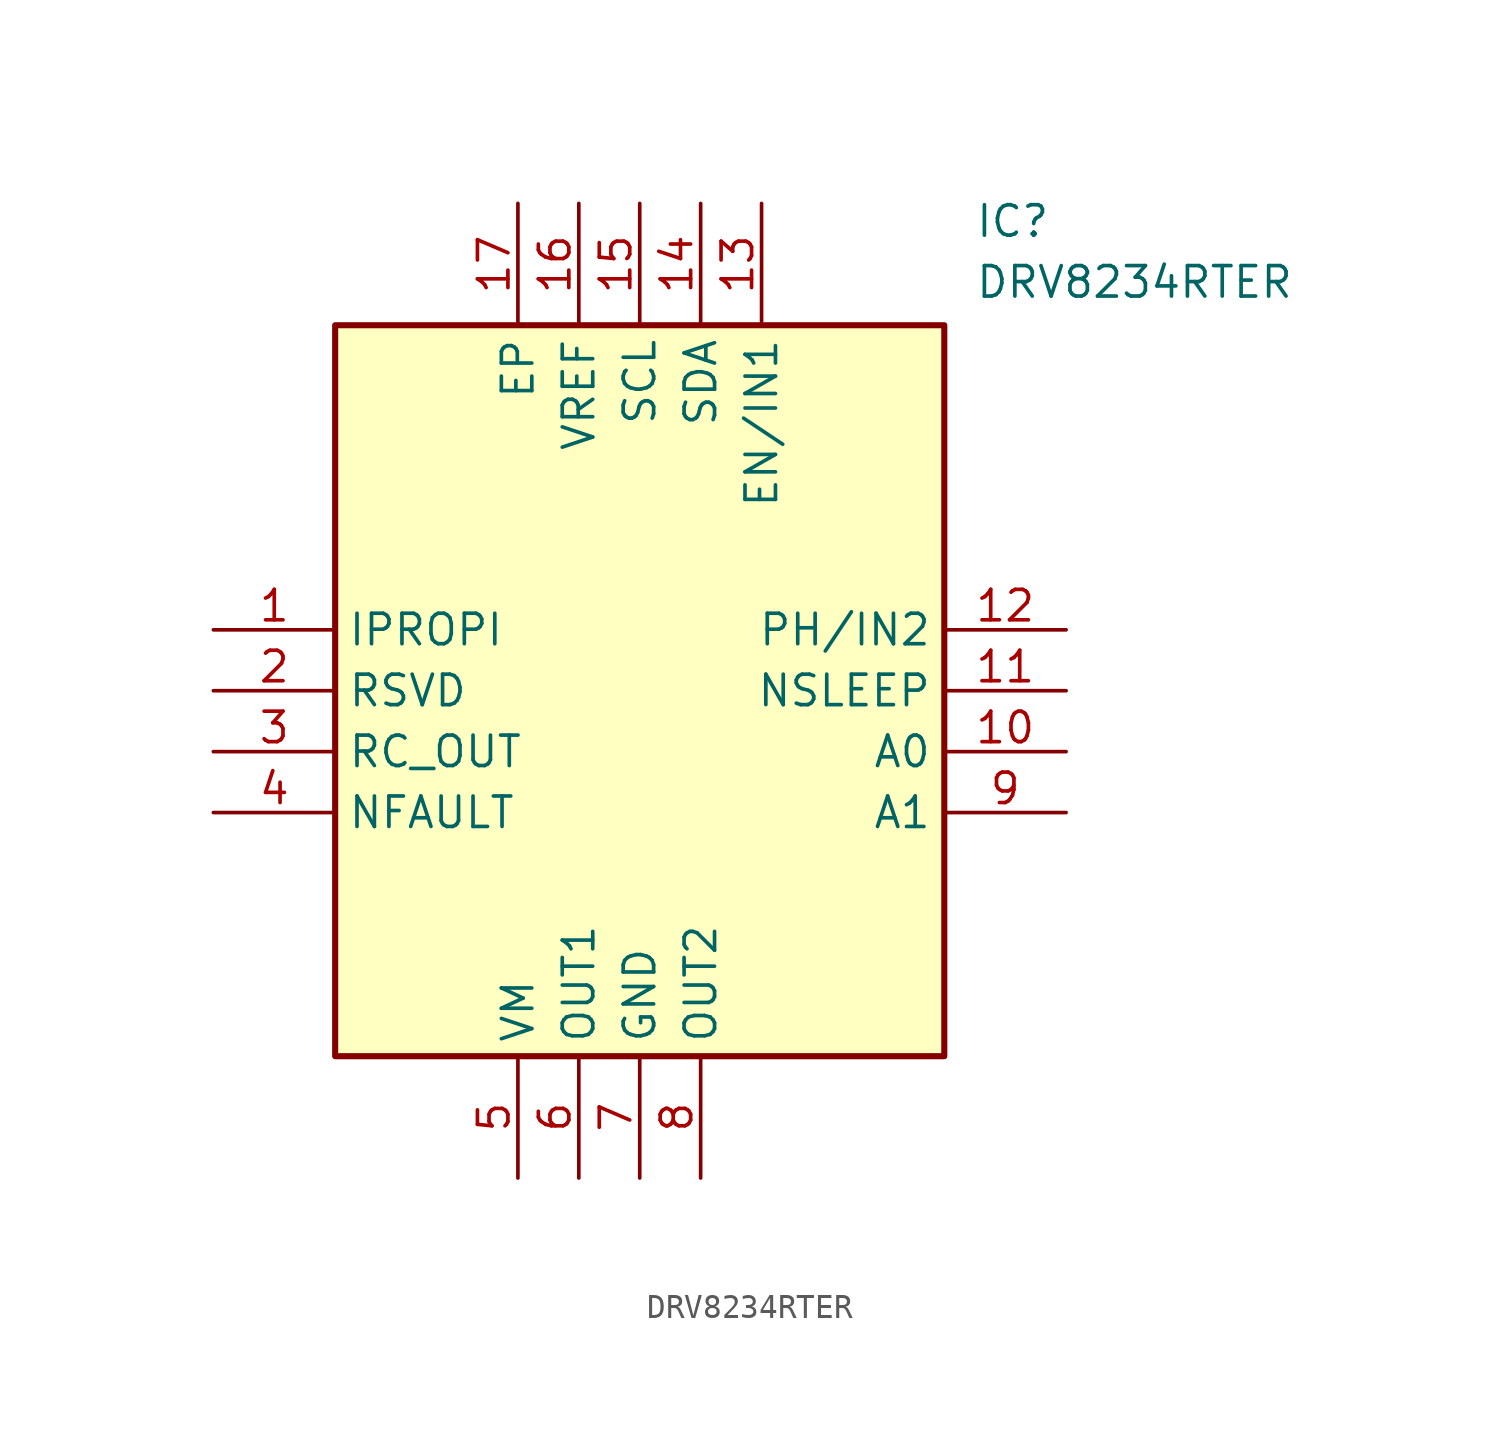
<source format=kicad_sym>
(kicad_symbol_lib
  (version 20211014)
  (generator SamacSys_ECAD_Model)
  (symbol "DRV8234RTER"
    (property "Reference" "IC"
      (at 31.75 17.78 0)
      (effects (font (size 1.27 1.27)) (justify left top)))
    (property "Value" "DRV8234RTER"
      (at 31.75 15.24 0)
      (effects (font (size 1.27 1.27)) (justify left top)))
    (rectangle
      (start 5.08 12.7)
      (end 30.48 -17.78)
      (stroke (width 0.254) (type default))
      (fill (type background)))
    (pin passive line
      (at 0 0 0)
      (length 5.08)
      (name "IPROPI" (effects (font (size 1.27 1.27))))
      (number "1" (effects (font (size 1.27 1.27)))))
    (pin passive line
      (at 0 -2.54 0)
      (length 5.08)
      (name "RSVD" (effects (font (size 1.27 1.27))))
      (number "2" (effects (font (size 1.27 1.27)))))
    (pin passive line
      (at 0 -5.08 0)
      (length 5.08)
      (name "RC_OUT" (effects (font (size 1.27 1.27))))
      (number "3" (effects (font (size 1.27 1.27)))))
    (pin passive line
      (at 0 -7.62 0)
      (length 5.08)
      (name "NFAULT" (effects (font (size 1.27 1.27))))
      (number "4" (effects (font (size 1.27 1.27)))))
    (pin passive line
      (at 12.7 -22.86 90)
      (length 5.08)
      (name "VM" (effects (font (size 1.27 1.27))))
      (number "5" (effects (font (size 1.27 1.27)))))
    (pin passive line
      (at 15.24 -22.86 90)
      (length 5.08)
      (name "OUT1" (effects (font (size 1.27 1.27))))
      (number "6" (effects (font (size 1.27 1.27)))))
    (pin passive line
      (at 17.78 -22.86 90)
      (length 5.08)
      (name "GND" (effects (font (size 1.27 1.27))))
      (number "7" (effects (font (size 1.27 1.27)))))
    (pin passive line
      (at 20.32 -22.86 90)
      (length 5.08)
      (name "OUT2" (effects (font (size 1.27 1.27))))
      (number "8" (effects (font (size 1.27 1.27)))))
    (pin passive line
      (at 35.56 0 180)
      (length 5.08)
      (name "PH/IN2" (effects (font (size 1.27 1.27))))
      (number "12" (effects (font (size 1.27 1.27)))))
    (pin passive line
      (at 35.56 -2.54 180)
      (length 5.08)
      (name "NSLEEP" (effects (font (size 1.27 1.27))))
      (number "11" (effects (font (size 1.27 1.27)))))
    (pin passive line
      (at 35.56 -5.08 180)
      (length 5.08)
      (name "A0" (effects (font (size 1.27 1.27))))
      (number "10" (effects (font (size 1.27 1.27)))))
    (pin passive line
      (at 35.56 -7.62 180)
      (length 5.08)
      (name "A1" (effects (font (size 1.27 1.27))))
      (number "9" (effects (font (size 1.27 1.27)))))
    (pin passive line
      (at 12.7 17.78 270)
      (length 5.08)
      (name "EP" (effects (font (size 1.27 1.27))))
      (number "17" (effects (font (size 1.27 1.27)))))
    (pin passive line
      (at 15.24 17.78 270)
      (length 5.08)
      (name "VREF" (effects (font (size 1.27 1.27))))
      (number "16" (effects (font (size 1.27 1.27)))))
    (pin passive line
      (at 17.78 17.78 270)
      (length 5.08)
      (name "SCL" (effects (font (size 1.27 1.27))))
      (number "15" (effects (font (size 1.27 1.27)))))
    (pin passive line
      (at 20.32 17.78 270)
      (length 5.08)
      (name "SDA" (effects (font (size 1.27 1.27))))
      (number "14" (effects (font (size 1.27 1.27)))))
    (pin passive line
      (at 22.86 17.78 270)
      (length 5.08)
      (name "EN/IN1" (effects (font (size 1.27 1.27))))
      (number "13" (effects (font (size 1.27 1.27)))))))
</source>
